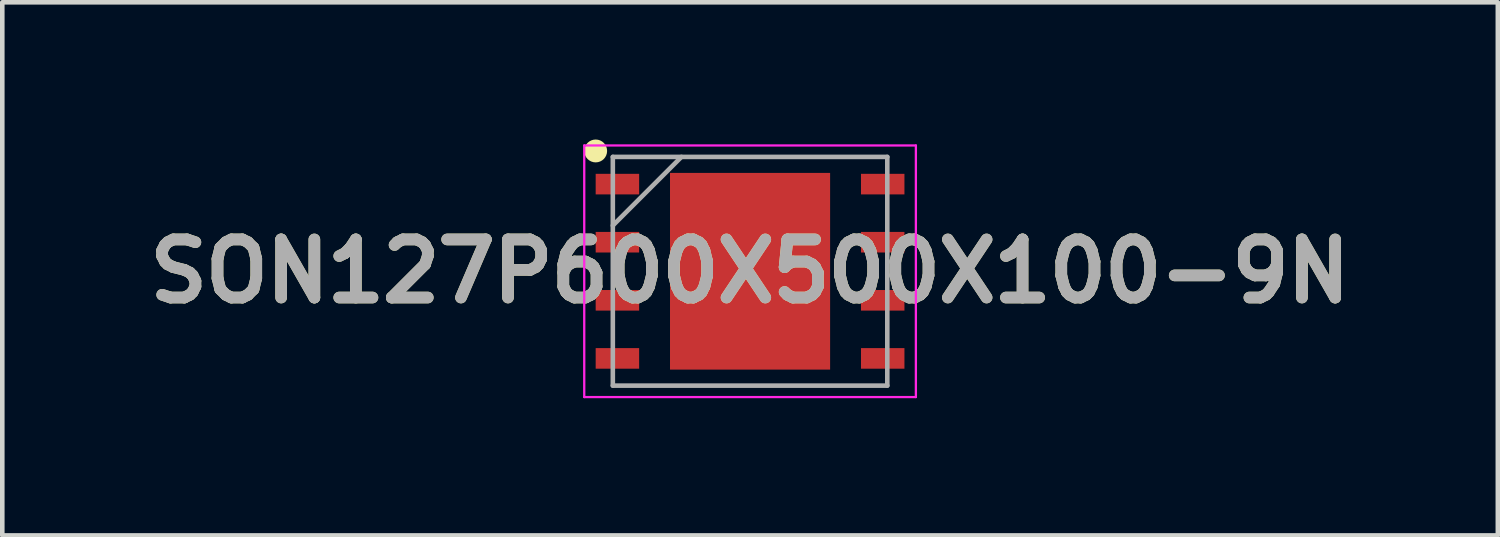
<source format=kicad_pcb>
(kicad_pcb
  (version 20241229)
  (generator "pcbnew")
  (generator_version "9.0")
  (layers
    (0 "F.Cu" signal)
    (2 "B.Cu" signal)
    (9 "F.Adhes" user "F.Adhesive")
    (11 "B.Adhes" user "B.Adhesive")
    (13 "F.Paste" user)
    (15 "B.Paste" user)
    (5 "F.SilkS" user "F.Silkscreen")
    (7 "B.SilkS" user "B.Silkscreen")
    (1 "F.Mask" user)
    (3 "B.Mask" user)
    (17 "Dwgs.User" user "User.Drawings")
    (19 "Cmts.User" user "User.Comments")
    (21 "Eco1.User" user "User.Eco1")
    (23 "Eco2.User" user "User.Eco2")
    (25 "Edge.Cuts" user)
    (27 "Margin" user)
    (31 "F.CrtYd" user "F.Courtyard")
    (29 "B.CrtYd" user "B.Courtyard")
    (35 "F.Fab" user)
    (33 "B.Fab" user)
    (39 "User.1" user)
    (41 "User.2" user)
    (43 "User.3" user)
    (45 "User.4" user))
  (footprint "SON127P600X500X100-9N"
    (layer "F.Cu")
    (at 13.347 2.88)
    (property "Reference" "SON127P600X500X100-9N" (at 0 0 0) (layer "F.SilkS") (effects (font (size 1.27 1.27) (thickness 0.254))))
    (attr smd)
    (fp_circle (center -3.375 -2.63) (end -3.375 -2.505) (stroke (width 0.25) (type solid)) (fill no) (layer "F.SilkS"))
    (fp_line (start -3.625 -2.75) (end 3.625 -2.75) (stroke (width 0.05) (type solid)) (layer "F.CrtYd"))
    (fp_line (start -3.625 2.75) (end -3.625 -2.75) (stroke (width 0.05) (type solid)) (layer "F.CrtYd"))
    (fp_line (start 3.625 -2.75) (end 3.625 2.75) (stroke (width 0.05) (type solid)) (layer "F.CrtYd"))
    (fp_line (start 3.625 2.75) (end -3.625 2.75) (stroke (width 0.05) (type solid)) (layer "F.CrtYd"))
    (fp_line (start -3 -2.5) (end 3 -2.5) (stroke (width 0.1) (type solid)) (layer "F.Fab"))
    (fp_line (start -3 -1) (end -1.5 -2.5) (stroke (width 0.1) (type solid)) (layer "F.Fab"))
    (fp_line (start -3 2.5) (end -3 -2.5) (stroke (width 0.1) (type solid)) (layer "F.Fab"))
    (fp_line (start 3 -2.5) (end 3 2.5) (stroke (width 0.1) (type solid)) (layer "F.Fab"))
    (fp_line (start 3 2.5) (end -3 2.5) (stroke (width 0.1) (type solid)) (layer "F.Fab"))
    (fp_text user "${REFERENCE}" (at 0 0 0) (layer "F.Fab") (effects (font (size 1.27 1.27) (thickness 0.254))))
    (pad "1" smd rect (at -2.9 -1.905 90) (size 0.45 0.95) (layers "F.Cu" "F.Mask" "F.Paste"))
    (pad "2" smd rect (at -2.9 -0.635 90) (size 0.45 0.95) (layers "F.Cu" "F.Mask" "F.Paste"))
    (pad "3" smd rect (at -2.9 0.635 90) (size 0.45 0.95) (layers "F.Cu" "F.Mask" "F.Paste"))
    (pad "4" smd rect (at -2.9 1.905 90) (size 0.45 0.95) (layers "F.Cu" "F.Mask" "F.Paste"))
    (pad "5" smd rect (at 2.9 1.905 90) (size 0.45 0.95) (layers "F.Cu" "F.Mask" "F.Paste"))
    (pad "6" smd rect (at 2.9 0.635 90) (size 0.45 0.95) (layers "F.Cu" "F.Mask" "F.Paste"))
    (pad "7" smd rect (at 2.9 -0.635 90) (size 0.45 0.95) (layers "F.Cu" "F.Mask" "F.Paste"))
    (pad "8" smd rect (at 2.9 -1.905 90) (size 0.45 0.95) (layers "F.Cu" "F.Mask" "F.Paste"))
    (pad "9" smd rect (at 0 0) (size 3.5 4.3) (layers "F.Cu" "F.Mask" "F.Paste")))
  (gr_rect
    (start -3 -3)
    (end 29.694 8.655)
    (stroke (width 0.1) (type default))
    (fill no)
    (layer "Edge.Cuts")))
</source>
